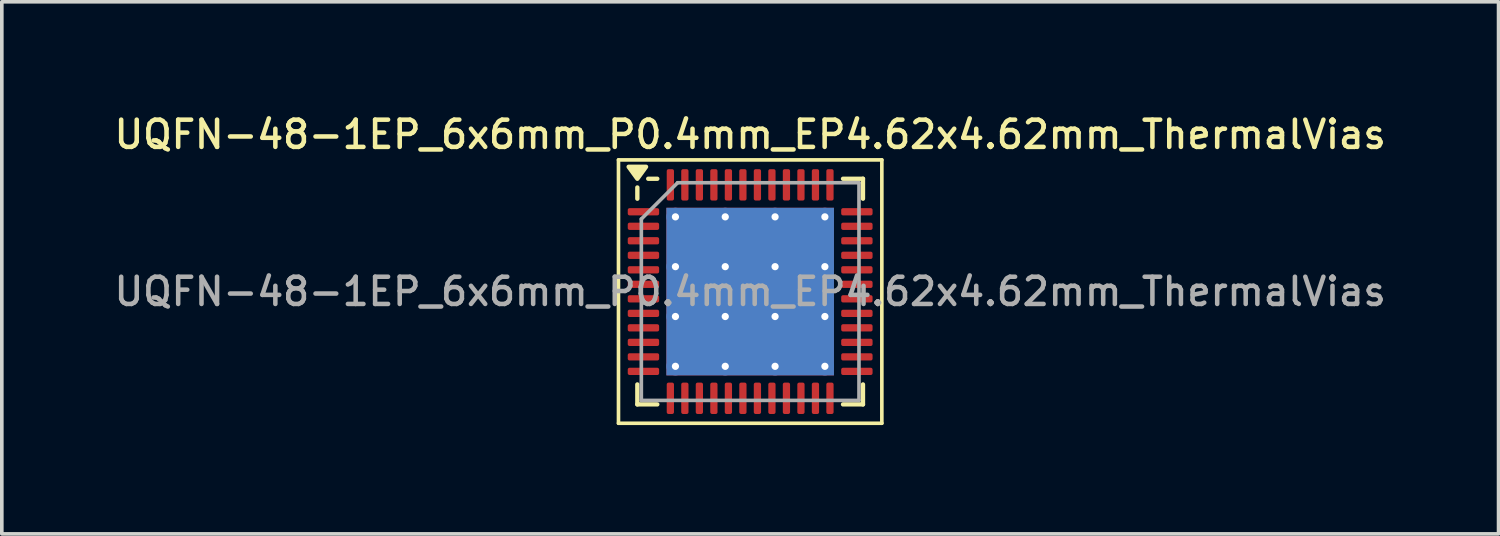
<source format=kicad_pcb>
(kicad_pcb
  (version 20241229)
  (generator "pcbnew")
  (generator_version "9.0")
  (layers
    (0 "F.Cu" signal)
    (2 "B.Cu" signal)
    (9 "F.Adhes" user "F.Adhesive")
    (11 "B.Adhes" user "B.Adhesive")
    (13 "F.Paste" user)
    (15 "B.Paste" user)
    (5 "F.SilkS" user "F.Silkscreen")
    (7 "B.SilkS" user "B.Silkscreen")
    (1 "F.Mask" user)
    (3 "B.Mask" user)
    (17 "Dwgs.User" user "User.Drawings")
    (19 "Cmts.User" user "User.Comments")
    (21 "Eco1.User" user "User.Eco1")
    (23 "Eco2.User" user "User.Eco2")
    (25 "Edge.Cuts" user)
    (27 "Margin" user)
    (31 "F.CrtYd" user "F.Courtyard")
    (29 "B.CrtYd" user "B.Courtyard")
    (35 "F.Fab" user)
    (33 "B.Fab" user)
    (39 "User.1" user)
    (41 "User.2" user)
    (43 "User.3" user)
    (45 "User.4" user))
  (footprint "UQFN-48-1EP_6x6mm_P0.4mm_EP4.62x4.62mm_ThermalVias"
    (layer "F.Cu")
    (at 17.63 4.988)
    (property "Reference" "UQFN-48-1EP_6x6mm_P0.4mm_EP4.62x4.62mm_ThermalVias" (at 0 -4.33 0) (layer "F.SilkS") (effects (font (size 0.75 0.75) (thickness 0.125))))
    (attr smd)
    (fp_line (start -3.63 -3.63) (end -3.63 3.63) (stroke (width 0.1) (type solid)) (layer "F.SilkS"))
    (fp_line (start -3.63 3.63) (end 3.63 3.63) (stroke (width 0.1) (type solid)) (layer "F.SilkS"))
    (fp_line (start -3.11 -2.56) (end -3.11 -2.87) (stroke (width 0.12) (type solid)) (layer "F.SilkS"))
    (fp_line (start -3.11 3.11) (end -3.11 2.56) (stroke (width 0.12) (type solid)) (layer "F.SilkS"))
    (fp_line (start -2.56 -3.11) (end -2.81 -3.11) (stroke (width 0.12) (type solid)) (layer "F.SilkS"))
    (fp_line (start -2.56 3.11) (end -3.11 3.11) (stroke (width 0.12) (type solid)) (layer "F.SilkS"))
    (fp_line (start 2.56 -3.11) (end 3.11 -3.11) (stroke (width 0.12) (type solid)) (layer "F.SilkS"))
    (fp_line (start 2.56 3.11) (end 3.11 3.11) (stroke (width 0.12) (type solid)) (layer "F.SilkS"))
    (fp_line (start 3.11 -3.11) (end 3.11 -2.56) (stroke (width 0.12) (type solid)) (layer "F.SilkS"))
    (fp_line (start 3.11 3.11) (end 3.11 2.56) (stroke (width 0.12) (type solid)) (layer "F.SilkS"))
    (fp_line (start 3.63 -3.63) (end -3.63 -3.63) (stroke (width 0.1) (type solid)) (layer "F.SilkS"))
    (fp_line (start 3.63 3.63) (end 3.63 -3.63) (stroke (width 0.1) (type solid)) (layer "F.SilkS"))
    (fp_poly (pts (xy -3.11 -3.11) (xy -3.35 -3.44) (xy -2.87 -3.44) (xy -3.11 -3.11)) (stroke (width 0.12) (type solid)) (fill yes) (layer "F.SilkS"))
    (fp_line (start -3 -2) (end -2 -3) (stroke (width 0.1) (type solid)) (layer "F.Fab"))
    (fp_line (start -3 3) (end -3 -2) (stroke (width 0.1) (type solid)) (layer "F.Fab"))
    (fp_line (start -2 -3) (end 3 -3) (stroke (width 0.1) (type solid)) (layer "F.Fab"))
    (fp_line (start 3 -3) (end 3 3) (stroke (width 0.1) (type solid)) (layer "F.Fab"))
    (fp_line (start 3 3) (end -3 3) (stroke (width 0.1) (type solid)) (layer "F.Fab"))
    (fp_text user "${REFERENCE}" (at 0 0 0) (layer "F.Fab") (effects (font (size 0.75 0.75) (thickness 0.125))))
    (pad "" smd roundrect (at -1.373 -1.373) (size 1.193 1.193) (layers "F.Paste") (roundrect_rratio 0.21))
    (pad "" smd roundrect (at -1.373 0) (size 1.193 1.193) (layers "F.Paste") (roundrect_rratio 0.21))
    (pad "" smd roundrect (at -1.373 1.373) (size 1.193 1.193) (layers "F.Paste") (roundrect_rratio 0.21))
    (pad "" smd roundrect (at 0 -1.373) (size 1.193 1.193) (layers "F.Paste") (roundrect_rratio 0.21))
    (pad "" smd roundrect (at 0 0) (size 1.193 1.193) (layers "F.Paste") (roundrect_rratio 0.21))
    (pad "" smd roundrect (at 0 1.373) (size 1.193 1.193) (layers "F.Paste") (roundrect_rratio 0.21))
    (pad "" smd roundrect (at 1.373 -1.373) (size 1.193 1.193) (layers "F.Paste") (roundrect_rratio 0.21))
    (pad "" smd roundrect (at 1.373 0) (size 1.193 1.193) (layers "F.Paste") (roundrect_rratio 0.21))
    (pad "" smd roundrect (at 1.373 1.373) (size 1.193 1.193) (layers "F.Paste") (roundrect_rratio 0.21))
    (pad "1" smd roundrect (at -2.942 -2.2) (size 0.865 0.2) (layers "F.Cu" "F.Mask" "F.Paste") (roundrect_rratio 0.25))
    (pad "2" smd roundrect (at -2.942 -1.8) (size 0.865 0.2) (layers "F.Cu" "F.Mask" "F.Paste") (roundrect_rratio 0.25))
    (pad "3" smd roundrect (at -2.942 -1.4) (size 0.865 0.2) (layers "F.Cu" "F.Mask" "F.Paste") (roundrect_rratio 0.25))
    (pad "4" smd roundrect (at -2.942 -1) (size 0.865 0.2) (layers "F.Cu" "F.Mask" "F.Paste") (roundrect_rratio 0.25))
    (pad "5" smd roundrect (at -2.942 -0.6) (size 0.865 0.2) (layers "F.Cu" "F.Mask" "F.Paste") (roundrect_rratio 0.25))
    (pad "6" smd roundrect (at -2.942 -0.2) (size 0.865 0.2) (layers "F.Cu" "F.Mask" "F.Paste") (roundrect_rratio 0.25))
    (pad "7" smd roundrect (at -2.942 0.2) (size 0.865 0.2) (layers "F.Cu" "F.Mask" "F.Paste") (roundrect_rratio 0.25))
    (pad "8" smd roundrect (at -2.942 0.6) (size 0.865 0.2) (layers "F.Cu" "F.Mask" "F.Paste") (roundrect_rratio 0.25))
    (pad "9" smd roundrect (at -2.942 1) (size 0.865 0.2) (layers "F.Cu" "F.Mask" "F.Paste") (roundrect_rratio 0.25))
    (pad "10" smd roundrect (at -2.942 1.4) (size 0.865 0.2) (layers "F.Cu" "F.Mask" "F.Paste") (roundrect_rratio 0.25))
    (pad "11" smd roundrect (at -2.942 1.8) (size 0.865 0.2) (layers "F.Cu" "F.Mask" "F.Paste") (roundrect_rratio 0.25))
    (pad "12" smd roundrect (at -2.942 2.2) (size 0.865 0.2) (layers "F.Cu" "F.Mask" "F.Paste") (roundrect_rratio 0.25))
    (pad "13" smd roundrect (at -2.2 2.942) (size 0.2 0.865) (layers "F.Cu" "F.Mask" "F.Paste") (roundrect_rratio 0.25))
    (pad "14" smd roundrect (at -1.8 2.942) (size 0.2 0.865) (layers "F.Cu" "F.Mask" "F.Paste") (roundrect_rratio 0.25))
    (pad "15" smd roundrect (at -1.4 2.942) (size 0.2 0.865) (layers "F.Cu" "F.Mask" "F.Paste") (roundrect_rratio 0.25))
    (pad "16" smd roundrect (at -1 2.942) (size 0.2 0.865) (layers "F.Cu" "F.Mask" "F.Paste") (roundrect_rratio 0.25))
    (pad "17" smd roundrect (at -0.6 2.942) (size 0.2 0.865) (layers "F.Cu" "F.Mask" "F.Paste") (roundrect_rratio 0.25))
    (pad "18" smd roundrect (at -0.2 2.942) (size 0.2 0.865) (layers "F.Cu" "F.Mask" "F.Paste") (roundrect_rratio 0.25))
    (pad "19" smd roundrect (at 0.2 2.942) (size 0.2 0.865) (layers "F.Cu" "F.Mask" "F.Paste") (roundrect_rratio 0.25))
    (pad "20" smd roundrect (at 0.6 2.942) (size 0.2 0.865) (layers "F.Cu" "F.Mask" "F.Paste") (roundrect_rratio 0.25))
    (pad "21" smd roundrect (at 1 2.942) (size 0.2 0.865) (layers "F.Cu" "F.Mask" "F.Paste") (roundrect_rratio 0.25))
    (pad "22" smd roundrect (at 1.4 2.942) (size 0.2 0.865) (layers "F.Cu" "F.Mask" "F.Paste") (roundrect_rratio 0.25))
    (pad "23" smd roundrect (at 1.8 2.942) (size 0.2 0.865) (layers "F.Cu" "F.Mask" "F.Paste") (roundrect_rratio 0.25))
    (pad "24" smd roundrect (at 2.2 2.942) (size 0.2 0.865) (layers "F.Cu" "F.Mask" "F.Paste") (roundrect_rratio 0.25))
    (pad "25" smd roundrect (at 2.942 2.2) (size 0.865 0.2) (layers "F.Cu" "F.Mask" "F.Paste") (roundrect_rratio 0.25))
    (pad "26" smd roundrect (at 2.942 1.8) (size 0.865 0.2) (layers "F.Cu" "F.Mask" "F.Paste") (roundrect_rratio 0.25))
    (pad "27" smd roundrect (at 2.942 1.4) (size 0.865 0.2) (layers "F.Cu" "F.Mask" "F.Paste") (roundrect_rratio 0.25))
    (pad "28" smd roundrect (at 2.942 1) (size 0.865 0.2) (layers "F.Cu" "F.Mask" "F.Paste") (roundrect_rratio 0.25))
    (pad "29" smd roundrect (at 2.942 0.6) (size 0.865 0.2) (layers "F.Cu" "F.Mask" "F.Paste") (roundrect_rratio 0.25))
    (pad "30" smd roundrect (at 2.942 0.2) (size 0.865 0.2) (layers "F.Cu" "F.Mask" "F.Paste") (roundrect_rratio 0.25))
    (pad "31" smd roundrect (at 2.942 -0.2) (size 0.865 0.2) (layers "F.Cu" "F.Mask" "F.Paste") (roundrect_rratio 0.25))
    (pad "32" smd roundrect (at 2.942 -0.6) (size 0.865 0.2) (layers "F.Cu" "F.Mask" "F.Paste") (roundrect_rratio 0.25))
    (pad "33" smd roundrect (at 2.942 -1) (size 0.865 0.2) (layers "F.Cu" "F.Mask" "F.Paste") (roundrect_rratio 0.25))
    (pad "34" smd roundrect (at 2.942 -1.4) (size 0.865 0.2) (layers "F.Cu" "F.Mask" "F.Paste") (roundrect_rratio 0.25))
    (pad "35" smd roundrect (at 2.942 -1.8) (size 0.865 0.2) (layers "F.Cu" "F.Mask" "F.Paste") (roundrect_rratio 0.25))
    (pad "36" smd roundrect (at 2.942 -2.2) (size 0.865 0.2) (layers "F.Cu" "F.Mask" "F.Paste") (roundrect_rratio 0.25))
    (pad "37" smd roundrect (at 2.2 -2.942) (size 0.2 0.865) (layers "F.Cu" "F.Mask" "F.Paste") (roundrect_rratio 0.25))
    (pad "38" smd roundrect (at 1.8 -2.942) (size 0.2 0.865) (layers "F.Cu" "F.Mask" "F.Paste") (roundrect_rratio 0.25))
    (pad "39" smd roundrect (at 1.4 -2.942) (size 0.2 0.865) (layers "F.Cu" "F.Mask" "F.Paste") (roundrect_rratio 0.25))
    (pad "40" smd roundrect (at 1 -2.942) (size 0.2 0.865) (layers "F.Cu" "F.Mask" "F.Paste") (roundrect_rratio 0.25))
    (pad "41" smd roundrect (at 0.6 -2.942) (size 0.2 0.865) (layers "F.Cu" "F.Mask" "F.Paste") (roundrect_rratio 0.25))
    (pad "42" smd roundrect (at 0.2 -2.942) (size 0.2 0.865) (layers "F.Cu" "F.Mask" "F.Paste") (roundrect_rratio 0.25))
    (pad "43" smd roundrect (at -0.2 -2.942) (size 0.2 0.865) (layers "F.Cu" "F.Mask" "F.Paste") (roundrect_rratio 0.25))
    (pad "44" smd roundrect (at -0.6 -2.942) (size 0.2 0.865) (layers "F.Cu" "F.Mask" "F.Paste") (roundrect_rratio 0.25))
    (pad "45" smd roundrect (at -1 -2.942) (size 0.2 0.865) (layers "F.Cu" "F.Mask" "F.Paste") (roundrect_rratio 0.25))
    (pad "46" smd roundrect (at -1.4 -2.942) (size 0.2 0.865) (layers "F.Cu" "F.Mask" "F.Paste") (roundrect_rratio 0.25))
    (pad "47" smd roundrect (at -1.8 -2.942) (size 0.2 0.865) (layers "F.Cu" "F.Mask" "F.Paste") (roundrect_rratio 0.25))
    (pad "48" smd roundrect (at -2.2 -2.942) (size 0.2 0.865) (layers "F.Cu" "F.Mask" "F.Paste") (roundrect_rratio 0.25))
    (pad "49" thru_hole circle (at -2.06 -2.06) (size 0.5 0.5) (drill 0.2) (property pad_prop_heatsink) (layers "*.Cu"))
    (pad "49" thru_hole circle (at -2.06 -0.687) (size 0.5 0.5) (drill 0.2) (property pad_prop_heatsink) (layers "*.Cu"))
    (pad "49" thru_hole circle (at -2.06 0.687) (size 0.5 0.5) (drill 0.2) (property pad_prop_heatsink) (layers "*.Cu"))
    (pad "49" thru_hole circle (at -2.06 2.06) (size 0.5 0.5) (drill 0.2) (property pad_prop_heatsink) (layers "*.Cu"))
    (pad "49" thru_hole circle (at -0.687 -2.06) (size 0.5 0.5) (drill 0.2) (property pad_prop_heatsink) (layers "*.Cu"))
    (pad "49" thru_hole circle (at -0.687 -0.687) (size 0.5 0.5) (drill 0.2) (property pad_prop_heatsink) (layers "*.Cu"))
    (pad "49" thru_hole circle (at -0.687 0.687) (size 0.5 0.5) (drill 0.2) (property pad_prop_heatsink) (layers "*.Cu"))
    (pad "49" thru_hole circle (at -0.687 2.06) (size 0.5 0.5) (drill 0.2) (property pad_prop_heatsink) (layers "*.Cu"))
    (pad "49" smd rect (at 0 0) (size 4.62 4.62) (property pad_prop_heatsink) (layers "F.Cu" "F.Mask"))
    (pad "49" smd rect (at 0 0) (size 4.62 4.62) (property pad_prop_heatsink) (layers "B.Cu"))
    (pad "49" thru_hole circle (at 0.687 -2.06) (size 0.5 0.5) (drill 0.2) (property pad_prop_heatsink) (layers "*.Cu"))
    (pad "49" thru_hole circle (at 0.687 -0.687) (size 0.5 0.5) (drill 0.2) (property pad_prop_heatsink) (layers "*.Cu"))
    (pad "49" thru_hole circle (at 0.687 0.687) (size 0.5 0.5) (drill 0.2) (property pad_prop_heatsink) (layers "*.Cu"))
    (pad "49" thru_hole circle (at 0.687 2.06) (size 0.5 0.5) (drill 0.2) (property pad_prop_heatsink) (layers "*.Cu"))
    (pad "49" thru_hole circle (at 2.06 -2.06) (size 0.5 0.5) (drill 0.2) (property pad_prop_heatsink) (layers "*.Cu"))
    (pad "49" thru_hole circle (at 2.06 -0.687) (size 0.5 0.5) (drill 0.2) (property pad_prop_heatsink) (layers "*.Cu"))
    (pad "49" thru_hole circle (at 2.06 0.687) (size 0.5 0.5) (drill 0.2) (property pad_prop_heatsink) (layers "*.Cu"))
    (pad "49" thru_hole circle (at 2.06 2.06) (size 0.5 0.5) (drill 0.2) (property pad_prop_heatsink) (layers "*.Cu")))
  (gr_rect
    (start -3 -3)
    (end 38.261 11.668)
    (stroke (width 0.1) (type default))
    (fill no)
    (layer "Edge.Cuts")))
</source>
